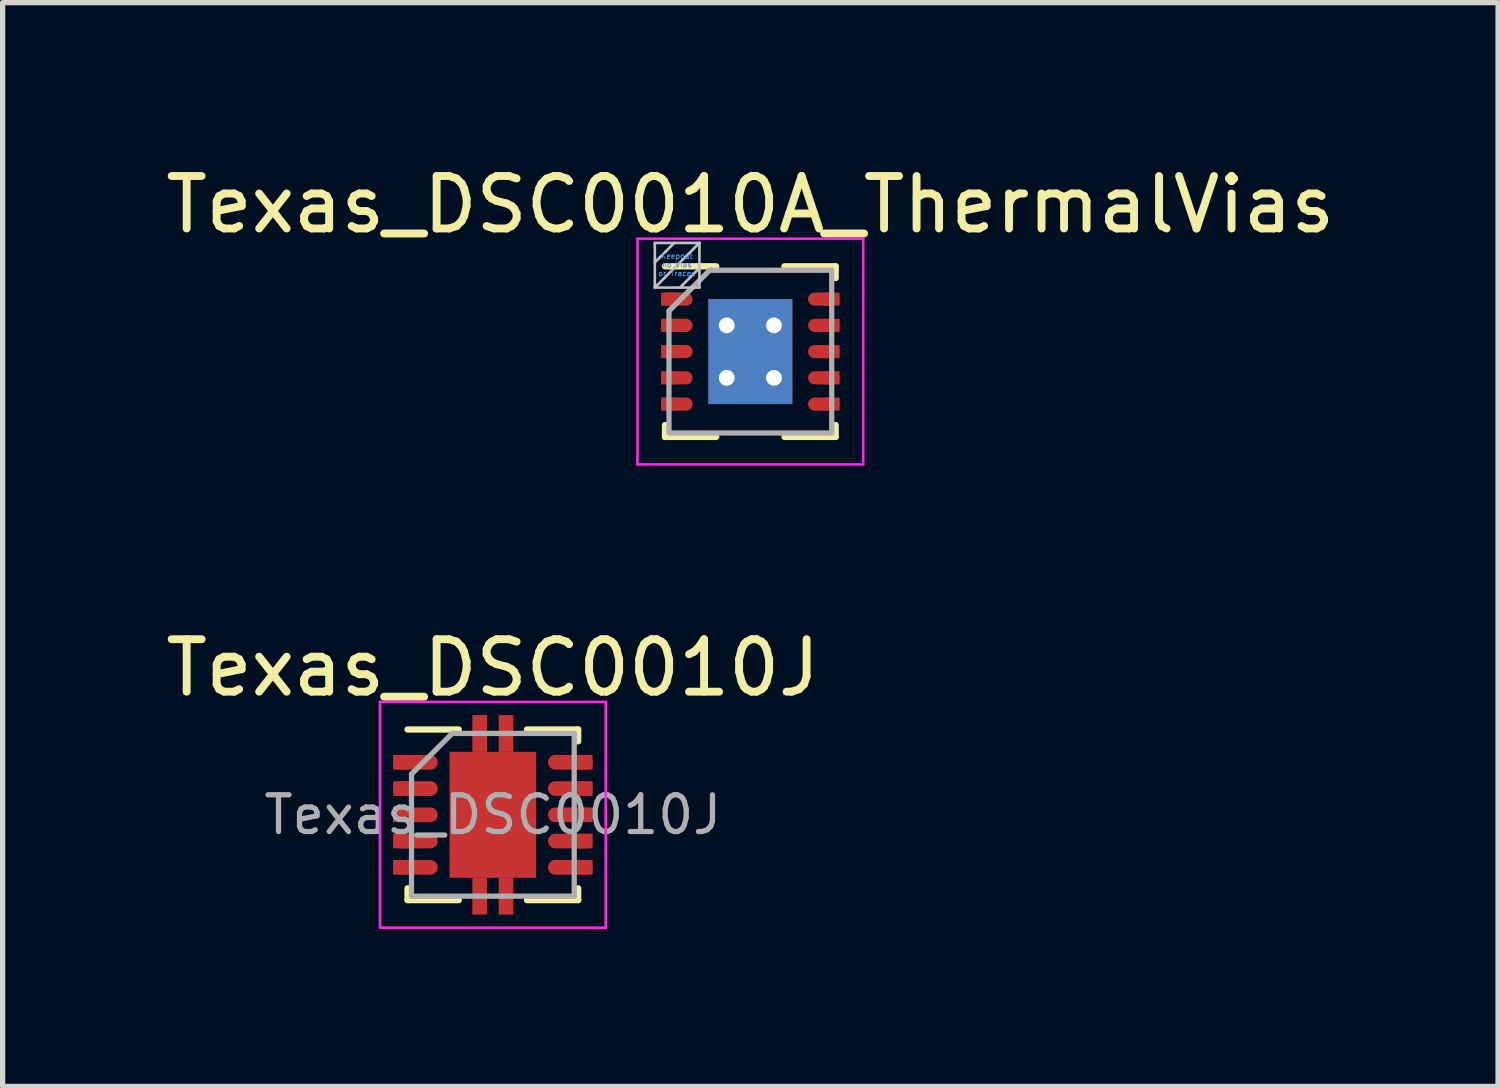
<source format=kicad_pcb>
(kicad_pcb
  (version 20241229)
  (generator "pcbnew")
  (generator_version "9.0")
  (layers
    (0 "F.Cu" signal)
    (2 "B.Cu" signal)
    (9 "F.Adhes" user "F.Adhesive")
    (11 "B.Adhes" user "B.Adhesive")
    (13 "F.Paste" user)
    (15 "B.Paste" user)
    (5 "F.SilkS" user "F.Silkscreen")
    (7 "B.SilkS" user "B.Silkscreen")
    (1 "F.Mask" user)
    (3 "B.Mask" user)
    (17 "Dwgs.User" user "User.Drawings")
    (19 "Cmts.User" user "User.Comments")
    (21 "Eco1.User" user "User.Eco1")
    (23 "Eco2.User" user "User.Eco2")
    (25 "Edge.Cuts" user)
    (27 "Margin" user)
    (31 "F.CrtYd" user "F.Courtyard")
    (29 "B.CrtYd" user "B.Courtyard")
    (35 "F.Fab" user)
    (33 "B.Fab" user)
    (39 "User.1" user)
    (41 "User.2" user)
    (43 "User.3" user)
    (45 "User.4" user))
  (footprint "Texas_DSC0010A_ThermalVias"
    (layer "F.Cu")
    (at 11.244 3.648)
    (property "Reference" "Texas_DSC0010A_ThermalVias" (at 0 -2.8 0) (layer "F.SilkS") (effects (font (size 1 1) (thickness 0.15))))
    (attr smd)
    (fp_line (start -1.625 -1.625) (end -0.65 -1.625) (stroke (width 0.12) (type solid)) (layer "F.SilkS"))
    (fp_line (start -1.625 1.625) (end -1.625 1.4) (stroke (width 0.12) (type solid)) (layer "F.SilkS"))
    (fp_line (start -1.625 1.625) (end -0.65 1.625) (stroke (width 0.12) (type solid)) (layer "F.SilkS"))
    (fp_line (start 0.65 -1.625) (end 1.625 -1.625) (stroke (width 0.12) (type solid)) (layer "F.SilkS"))
    (fp_line (start 0.65 1.625) (end 1.625 1.625) (stroke (width 0.12) (type solid)) (layer "F.SilkS"))
    (fp_line (start 1.625 -1.4) (end 1.625 -1.625) (stroke (width 0.12) (type solid)) (layer "F.SilkS"))
    (fp_line (start 1.625 1.4) (end 1.625 1.625) (stroke (width 0.12) (type solid)) (layer "F.SilkS"))
    (fp_line (start -1.82 -2.07) (end -1.82 -1.22) (stroke (width 0.05) (type solid)) (layer "Dwgs.User"))
    (fp_line (start -1.82 -1.7) (end -1.45 -2.07) (stroke (width 0.05) (type solid)) (layer "Dwgs.User"))
    (fp_line (start -1.82 -1.22) (end -0.97 -2.07) (stroke (width 0.05) (type solid)) (layer "Dwgs.User"))
    (fp_line (start -1.82 -1.22) (end -0.97 -1.22) (stroke (width 0.05) (type solid)) (layer "Dwgs.User"))
    (fp_line (start -1.34 -1.22) (end -0.97 -1.59) (stroke (width 0.05) (type solid)) (layer "Dwgs.User"))
    (fp_line (start -0.97 -2.07) (end -1.82 -2.07) (stroke (width 0.05) (type solid)) (layer "Dwgs.User"))
    (fp_line (start -0.97 -1.22) (end -0.97 -2.07) (stroke (width 0.05) (type solid)) (layer "Dwgs.User"))
    (fp_line (start -2.15 -2.15) (end -2.15 2.15) (stroke (width 0.05) (type solid)) (layer "F.CrtYd"))
    (fp_line (start -2.15 -2.15) (end 2.15 -2.15) (stroke (width 0.05) (type solid)) (layer "F.CrtYd"))
    (fp_line (start -2.15 2.15) (end 2.15 2.15) (stroke (width 0.05) (type solid)) (layer "F.CrtYd"))
    (fp_line (start 2.15 -2.15) (end 2.15 2.15) (stroke (width 0.05) (type solid)) (layer "F.CrtYd"))
    (fp_line (start -1.55 1.55) (end -1.55 -0.775) (stroke (width 0.1) (type solid)) (layer "F.Fab"))
    (fp_line (start -0.775 -1.55) (end -1.55 -0.775) (stroke (width 0.1) (type solid)) (layer "F.Fab"))
    (fp_line (start -0.775 -1.55) (end 1.55 -1.55) (stroke (width 0.1) (type solid)) (layer "F.Fab"))
    (fp_line (start 1.55 -1.55) (end 1.55 1.55) (stroke (width 0.1) (type solid)) (layer "F.Fab"))
    (fp_line (start 1.55 1.55) (end -1.55 1.55) (stroke (width 0.1) (type solid)) (layer "F.Fab"))
    (fp_text user "no Vias" (at -1.4 -1.655 0) (layer "Cmts.User") (effects (font (size 0.1 0.1) (thickness 0.015))))
    (fp_text user "Keepout" (at -1.4 -1.82 0) (layer "Cmts.User") (effects (font (size 0.1 0.1) (thickness 0.015))))
    (fp_text user "or Traces" (at -1.4 -1.49 0) (layer "Cmts.User") (effects (font (size 0.1 0.1) (thickness 0.015))))
    (pad "1" smd rect (at -1.55 -1) (size 0.3 0.25) (layers "F.Cu" "F.Mask" "F.Paste"))
    (pad "1" smd oval (at -1.4 -1) (size 0.6 0.25) (layers "F.Cu" "F.Mask" "F.Paste"))
    (pad "2" smd rect (at -1.55 -0.5) (size 0.3 0.25) (layers "F.Cu" "F.Mask" "F.Paste"))
    (pad "2" smd oval (at -1.4 -0.5) (size 0.6 0.25) (layers "F.Cu" "F.Mask" "F.Paste"))
    (pad "3" smd rect (at -1.55 0) (size 0.3 0.25) (layers "F.Cu" "F.Mask" "F.Paste"))
    (pad "3" smd oval (at -1.4 0) (size 0.6 0.25) (layers "F.Cu" "F.Mask" "F.Paste"))
    (pad "4" smd rect (at -1.55 0.5) (size 0.3 0.25) (layers "F.Cu" "F.Mask" "F.Paste"))
    (pad "4" smd oval (at -1.4 0.5) (size 0.6 0.25) (layers "F.Cu" "F.Mask" "F.Paste"))
    (pad "5" smd rect (at -1.55 1) (size 0.3 0.25) (layers "F.Cu" "F.Mask" "F.Paste"))
    (pad "5" smd oval (at -1.4 1) (size 0.6 0.25) (layers "F.Cu" "F.Mask" "F.Paste"))
    (pad "6" smd oval (at 1.4 1) (size 0.6 0.25) (layers "F.Cu" "F.Mask" "F.Paste"))
    (pad "6" smd rect (at 1.55 1) (size 0.3 0.25) (layers "F.Cu" "F.Mask" "F.Paste"))
    (pad "7" smd oval (at 1.4 0.5) (size 0.6 0.25) (layers "F.Cu" "F.Mask" "F.Paste"))
    (pad "7" smd rect (at 1.55 0.5) (size 0.3 0.25) (layers "F.Cu" "F.Mask" "F.Paste"))
    (pad "8" smd oval (at 1.4 0) (size 0.6 0.25) (layers "F.Cu" "F.Mask" "F.Paste"))
    (pad "8" smd rect (at 1.55 0) (size 0.3 0.25) (layers "F.Cu" "F.Mask" "F.Paste"))
    (pad "9" smd oval (at 1.4 -0.5) (size 0.6 0.25) (layers "F.Cu" "F.Mask" "F.Paste"))
    (pad "9" smd rect (at 1.55 -0.5) (size 0.3 0.25) (layers "F.Cu" "F.Mask" "F.Paste"))
    (pad "10" smd oval (at 1.4 -1) (size 0.6 0.25) (layers "F.Cu" "F.Mask" "F.Paste"))
    (pad "10" smd rect (at 1.55 -1) (size 0.3 0.25) (layers "F.Cu" "F.Mask" "F.Paste"))
    (pad "11" thru_hole circle (at -0.45 -0.5) (size 0.6 0.6) (drill 0.3) (layers "*.Cu" "*.Mask"))
    (pad "11" thru_hole circle (at -0.45 0.5) (size 0.6 0.6) (drill 0.3) (layers "*.Cu" "*.Mask"))
    (pad "11" smd rect (at 0 0) (size 1.6 2) (layers "F.Cu" "F.Mask" "F.Paste"))
    (pad "11" smd rect (at 0 0) (size 1.6 2) (layers "B.Cu" "B.Mask" "B.Paste"))
    (pad "11" thru_hole circle (at 0.45 -0.5) (size 0.6 0.6) (drill 0.3) (layers "*.Cu" "*.Mask"))
    (pad "11" thru_hole circle (at 0.45 0.5) (size 0.6 0.6) (drill 0.3) (layers "*.Cu" "*.Mask")))
  (footprint "Texas_DSC0010J"
    (layer "F.Cu")
    (at 6.339 12.472)
    (property "Reference" "Texas_DSC0010J" (at 0 -2.8 0) (layer "F.SilkS") (effects (font (size 1 1) (thickness 0.15))))
    (attr smd)
    (fp_line (start -1.625 -1.625) (end -0.65 -1.625) (stroke (width 0.12) (type solid)) (layer "F.SilkS"))
    (fp_line (start -1.625 1.625) (end -1.625 1.4) (stroke (width 0.12) (type solid)) (layer "F.SilkS"))
    (fp_line (start -1.625 1.625) (end -0.65 1.625) (stroke (width 0.12) (type solid)) (layer "F.SilkS"))
    (fp_line (start 0.65 -1.625) (end 1.625 -1.625) (stroke (width 0.12) (type solid)) (layer "F.SilkS"))
    (fp_line (start 0.65 1.625) (end 1.625 1.625) (stroke (width 0.12) (type solid)) (layer "F.SilkS"))
    (fp_line (start 1.625 -1.4) (end 1.625 -1.625) (stroke (width 0.12) (type solid)) (layer "F.SilkS"))
    (fp_line (start 1.625 1.4) (end 1.625 1.625) (stroke (width 0.12) (type solid)) (layer "F.SilkS"))
    (fp_line (start -2.15 -2.15) (end -2.15 2.15) (stroke (width 0.05) (type solid)) (layer "F.CrtYd"))
    (fp_line (start -2.15 -2.15) (end 2.15 -2.15) (stroke (width 0.05) (type solid)) (layer "F.CrtYd"))
    (fp_line (start -2.15 2.15) (end 2.15 2.15) (stroke (width 0.05) (type solid)) (layer "F.CrtYd"))
    (fp_line (start 2.15 -2.15) (end 2.15 2.15) (stroke (width 0.05) (type solid)) (layer "F.CrtYd"))
    (fp_line (start -1.55 1.55) (end -1.55 -0.775) (stroke (width 0.1) (type solid)) (layer "F.Fab"))
    (fp_line (start -0.775 -1.55) (end -1.55 -0.775) (stroke (width 0.1) (type solid)) (layer "F.Fab"))
    (fp_line (start -0.775 -1.55) (end 1.55 -1.55) (stroke (width 0.1) (type solid)) (layer "F.Fab"))
    (fp_line (start 1.55 -1.55) (end 1.55 1.55) (stroke (width 0.1) (type solid)) (layer "F.Fab"))
    (fp_line (start 1.55 1.55) (end -1.55 1.55) (stroke (width 0.1) (type solid)) (layer "F.Fab"))
    (fp_text user "${REFERENCE}" (at 0 0 0) (layer "F.Fab") (effects (font (size 0.7 0.7) (thickness 0.1))))
    (pad "1" smd rect (at -1.76 -1) (size 0.28 0.28) (layers "F.Cu" "F.Mask" "F.Paste"))
    (pad "1" smd oval (at -1.475 -1) (size 0.85 0.28) (layers "F.Cu" "F.Mask" "F.Paste"))
    (pad "2" smd rect (at -1.76 -0.5) (size 0.28 0.28) (layers "F.Cu" "F.Mask" "F.Paste"))
    (pad "2" smd oval (at -1.475 -0.5) (size 0.85 0.28) (layers "F.Cu" "F.Mask" "F.Paste"))
    (pad "3" smd rect (at -1.76 0) (size 0.28 0.28) (layers "F.Cu" "F.Mask" "F.Paste"))
    (pad "3" smd oval (at -1.475 0) (size 0.85 0.28) (layers "F.Cu" "F.Mask" "F.Paste"))
    (pad "4" smd rect (at -1.76 0.5) (size 0.28 0.28) (layers "F.Cu" "F.Mask" "F.Paste"))
    (pad "4" smd oval (at -1.475 0.5) (size 0.85 0.28) (layers "F.Cu" "F.Mask" "F.Paste"))
    (pad "5" smd rect (at -1.76 1) (size 0.28 0.28) (layers "F.Cu" "F.Mask" "F.Paste"))
    (pad "5" smd oval (at -1.475 1) (size 0.85 0.28) (layers "F.Cu" "F.Mask" "F.Paste"))
    (pad "6" smd oval (at 1.475 1) (size 0.85 0.28) (layers "F.Cu" "F.Mask" "F.Paste"))
    (pad "6" smd rect (at 1.76 1) (size 0.28 0.28) (layers "F.Cu" "F.Mask" "F.Paste"))
    (pad "7" smd oval (at 1.475 0.5) (size 0.85 0.28) (layers "F.Cu" "F.Mask" "F.Paste"))
    (pad "7" smd rect (at 1.76 0.5) (size 0.28 0.28) (layers "F.Cu" "F.Mask" "F.Paste"))
    (pad "8" smd oval (at 1.475 0) (size 0.85 0.28) (layers "F.Cu" "F.Mask" "F.Paste"))
    (pad "8" smd rect (at 1.76 0) (size 0.28 0.28) (layers "F.Cu" "F.Mask" "F.Paste"))
    (pad "9" smd oval (at 1.475 -0.5) (size 0.85 0.28) (layers "F.Cu" "F.Mask" "F.Paste"))
    (pad "9" smd rect (at 1.76 -0.5) (size 0.28 0.28) (layers "F.Cu" "F.Mask" "F.Paste"))
    (pad "10" smd oval (at 1.475 -1) (size 0.85 0.28) (layers "F.Cu" "F.Mask" "F.Paste"))
    (pad "10" smd rect (at 1.76 -1) (size 0.28 0.28) (layers "F.Cu" "F.Mask" "F.Paste"))
    (pad "11" smd rect (at -0.45 -0.635) (size 0.68 1.05) (layers "F.Cu" "F.Mask" "F.Paste"))
    (pad "11" smd rect (at -0.45 0.635) (size 0.68 1.05) (layers "F.Cu" "F.Mask" "F.Paste"))
    (pad "11" smd rect (at -0.25 -1.63) (size 0.26 0.5) (layers "F.Cu" "F.Mask" "F.Paste"))
    (pad "11" smd rect (at -0.25 -1.55) (size 0.28 0.7) (layers "F.Cu" "F.Mask"))
    (pad "11" smd rect (at -0.25 1.55) (size 0.28 0.7) (layers "F.Cu" "F.Mask"))
    (pad "11" smd rect (at -0.25 1.63) (size 0.26 0.5) (layers "F.Cu" "F.Mask" "F.Paste"))
    (pad "11" smd rect (at 0 0) (size 1.65 2.4) (layers "F.Cu" "F.Mask"))
    (pad "11" smd rect (at 0.25 -1.63) (size 0.26 0.5) (layers "F.Cu" "F.Mask" "F.Paste"))
    (pad "11" smd rect (at 0.25 -1.55) (size 0.28 0.7) (layers "F.Cu" "F.Mask"))
    (pad "11" smd rect (at 0.25 1.55) (size 0.28 0.7) (layers "F.Cu" "F.Mask"))
    (pad "11" smd rect (at 0.25 1.63) (size 0.26 0.5) (layers "F.Cu" "F.Mask" "F.Paste"))
    (pad "11" smd rect (at 0.45 -0.635) (size 0.68 1.05) (layers "F.Cu" "F.Mask" "F.Paste"))
    (pad "11" smd rect (at 0.45 0.635) (size 0.68 1.05) (layers "F.Cu" "F.Mask" "F.Paste")))
  (gr_rect
    (start -3 -3)
    (end 25.488 17.646)
    (stroke (width 0.1) (type default))
    (fill no)
    (layer "Edge.Cuts")))
</source>
